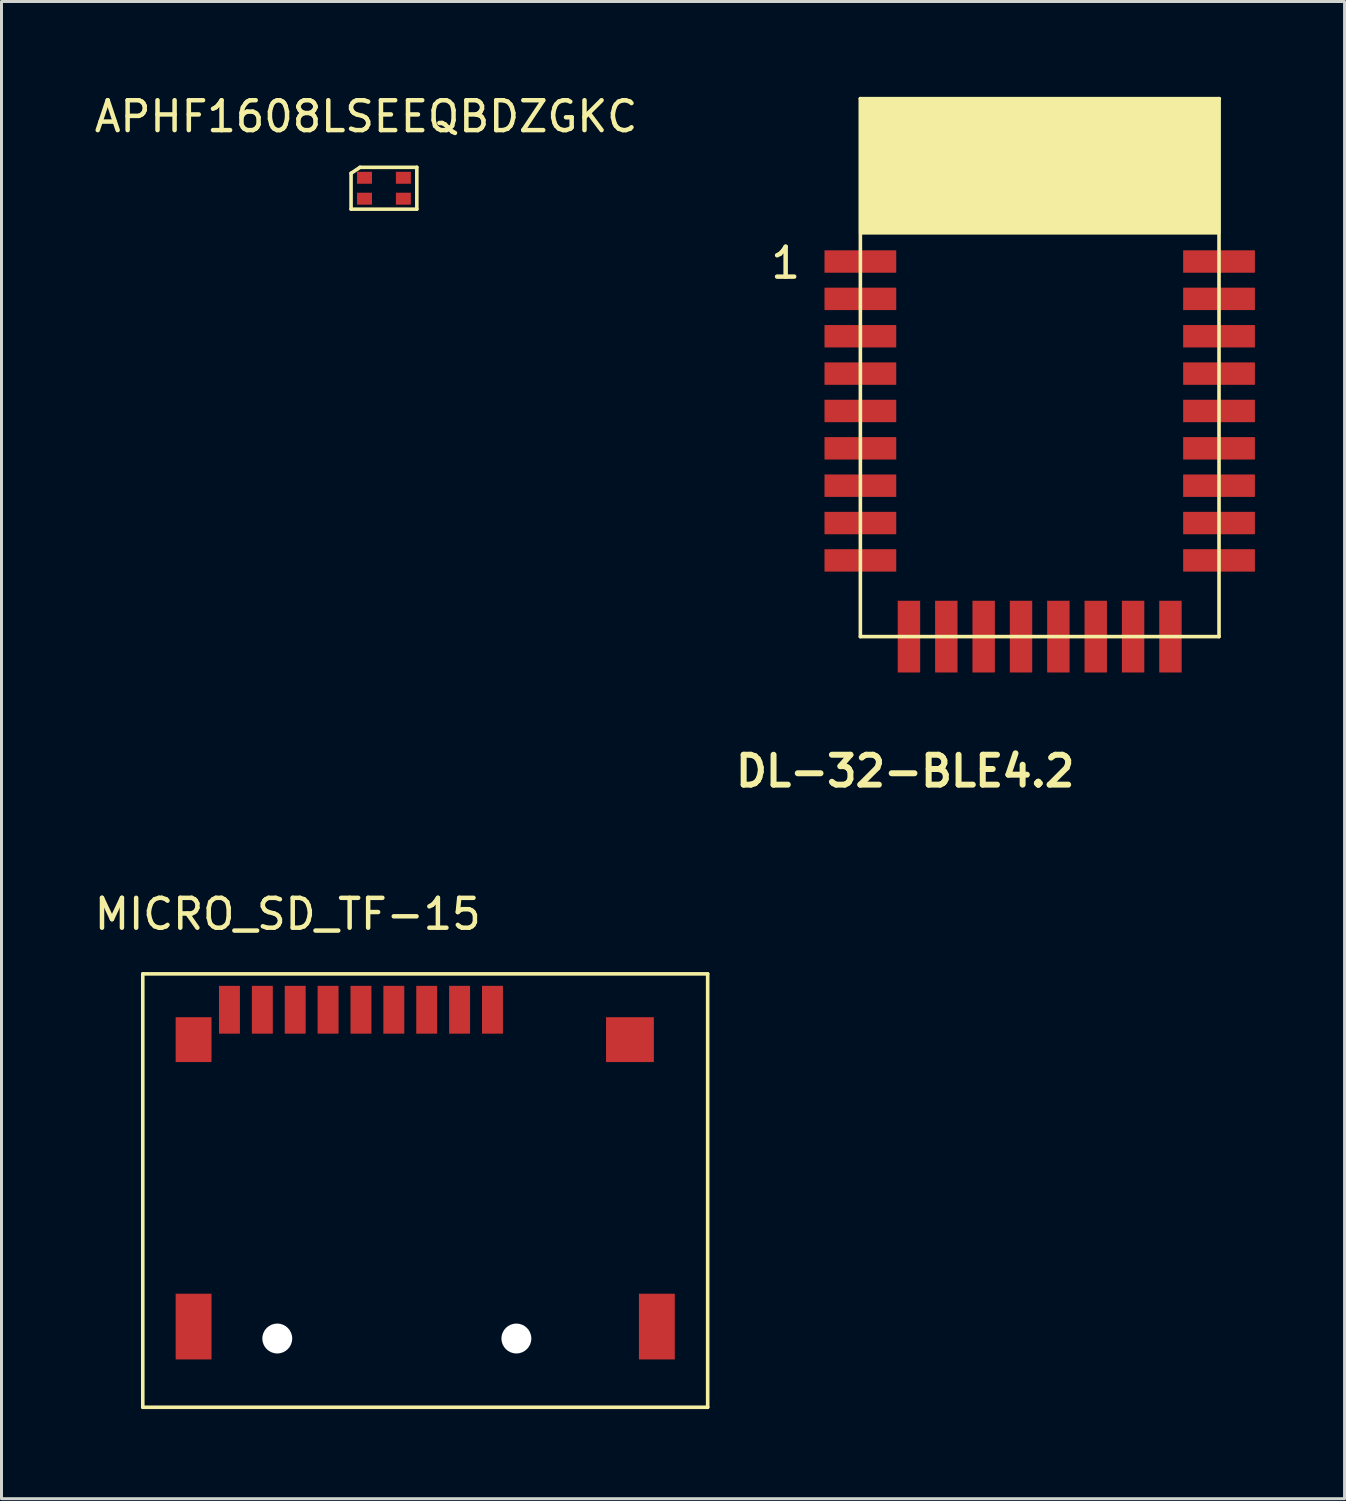
<source format=kicad_pcb>
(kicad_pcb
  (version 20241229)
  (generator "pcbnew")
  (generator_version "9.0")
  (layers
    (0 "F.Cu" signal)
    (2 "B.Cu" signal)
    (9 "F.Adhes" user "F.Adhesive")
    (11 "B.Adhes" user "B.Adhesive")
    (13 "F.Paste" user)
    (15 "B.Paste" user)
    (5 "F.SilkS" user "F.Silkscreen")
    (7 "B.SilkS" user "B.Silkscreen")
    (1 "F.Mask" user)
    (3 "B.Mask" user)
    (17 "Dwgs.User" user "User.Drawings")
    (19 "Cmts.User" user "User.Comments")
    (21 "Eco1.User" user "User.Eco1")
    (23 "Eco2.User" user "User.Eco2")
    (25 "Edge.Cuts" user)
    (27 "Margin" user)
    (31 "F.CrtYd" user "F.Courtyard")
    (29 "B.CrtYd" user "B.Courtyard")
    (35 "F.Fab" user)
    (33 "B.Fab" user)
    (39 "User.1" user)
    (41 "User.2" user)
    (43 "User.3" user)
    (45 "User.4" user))
  (footprint "MICRO_SD_TF-15"
    (layer "F.Cu")
    (at 11.177 41.734)
    (property "Reference" "MICRO_SD_TF-15" (at -4.6 -14.2 0) (layer "F.SilkS") (effects (font (size 1 1) (thickness 0.15))))
    (attr through_hole)
    (fp_line (start -9.45 -12.2) (end 9.45 -12.2) (stroke (width 0.12) (type solid)) (layer "F.SilkS"))
    (fp_line (start -9.45 2.3) (end -9.45 -12.2) (stroke (width 0.12) (type solid)) (layer "F.SilkS"))
    (fp_line (start 9.45 -12.2) (end 9.45 2.3) (stroke (width 0.12) (type solid)) (layer "F.SilkS"))
    (fp_line (start 9.45 2.3) (end -9.45 2.3) (stroke (width 0.12) (type solid)) (layer "F.SilkS"))
    (pad "" np_thru_hole circle (at -4.95 0) (size 1 1) (drill 1) (layers "*.Cu" "*.Mask"))
    (pad "" np_thru_hole circle (at 3.05 0) (size 1 1) (drill 1) (layers "*.Cu" "*.Mask"))
    (pad "1" smd rect (at 2.25 -11) (size 0.7 1.6) (layers "F.Cu" "F.Mask" "F.Paste"))
    (pad "2" smd rect (at 1.15 -11) (size 0.7 1.6) (layers "F.Cu" "F.Mask" "F.Paste"))
    (pad "3" smd rect (at 0.05 -11) (size 0.7 1.6) (layers "F.Cu" "F.Mask" "F.Paste"))
    (pad "4" smd rect (at -1.05 -11) (size 0.7 1.6) (layers "F.Cu" "F.Mask" "F.Paste"))
    (pad "5" smd rect (at -2.15 -11) (size 0.7 1.6) (layers "F.Cu" "F.Mask" "F.Paste"))
    (pad "6" smd rect (at -7.75 -10) (size 1.2 1.5) (layers "F.Cu" "F.Mask" "F.Paste"))
    (pad "6" smd rect (at -7.75 -0.4) (size 1.2 2.2) (layers "F.Cu" "F.Mask" "F.Paste"))
    (pad "6" smd rect (at -3.25 -11) (size 0.7 1.6) (layers "F.Cu" "F.Mask" "F.Paste"))
    (pad "6" smd rect (at 6.85 -10) (size 1.6 1.5) (layers "F.Cu" "F.Mask" "F.Paste"))
    (pad "6" smd rect (at 7.75 -0.4) (size 1.2 2.2) (layers "F.Cu" "F.Mask" "F.Paste"))
    (pad "7" smd rect (at -4.35 -11) (size 0.7 1.6) (layers "F.Cu" "F.Mask" "F.Paste"))
    (pad "8" smd rect (at -5.45 -11) (size 0.7 1.6) (layers "F.Cu" "F.Mask" "F.Paste"))
    (pad "9" smd rect (at -6.55 -11) (size 0.7 1.6) (layers "F.Cu" "F.Mask" "F.Paste")))
  (footprint "DL-32-BLE4.2"
    (layer "F.Cu")
    (at 25.736 0.25)
    (property "Reference" "DL-32-BLE4.2" (at 1.5 22.5 0) (layer "F.SilkS") (effects (font (size 1 1) (thickness 0.2))))
    (attr smd)
    (fp_line (start 0 0) (end 0 18) (stroke (width 0.12) (type solid)) (layer "F.SilkS"))
    (fp_line (start 0 0) (end 12.01 0) (stroke (width 0.12) (type solid)) (layer "F.SilkS"))
    (fp_line (start 0 18) (end 12 18) (stroke (width 0.12) (type solid)) (layer "F.SilkS"))
    (fp_line (start 12 18) (end 12 0) (stroke (width 0.12) (type solid)) (layer "F.SilkS"))
    (fp_poly (pts (xy 12 4.5) (xy 0 4.5) (xy 0 0) (xy 12 0)) (stroke (width 0.1) (type solid)) (fill yes) (layer "F.SilkS"))
    (fp_text user "1" (at -2.5 5.5 0) (layer "F.SilkS") (effects (font (size 1 1) (thickness 0.15))))
    (pad "1" smd rect (at 0 5.45 90) (size 0.75 2.4) (layers "F.Cu" "F.Mask" "F.Paste"))
    (pad "2" smd rect (at 0 6.7 90) (size 0.75 2.4) (layers "F.Cu" "F.Mask" "F.Paste"))
    (pad "3" smd rect (at 0 7.95 90) (size 0.75 2.4) (layers "F.Cu" "F.Mask" "F.Paste"))
    (pad "4" smd rect (at 0 9.2 90) (size 0.75 2.4) (layers "F.Cu" "F.Mask" "F.Paste"))
    (pad "5" smd rect (at 0 10.45 90) (size 0.75 2.4) (layers "F.Cu" "F.Mask" "F.Paste"))
    (pad "6" smd rect (at 0 11.7 90) (size 0.75 2.4) (layers "F.Cu" "F.Mask" "F.Paste"))
    (pad "7" smd rect (at 0 12.95 90) (size 0.75 2.4) (layers "F.Cu" "F.Mask" "F.Paste"))
    (pad "8" smd rect (at 0 14.2 90) (size 0.75 2.4) (layers "F.Cu" "F.Mask" "F.Paste"))
    (pad "9" smd rect (at 0 15.45 90) (size 0.75 2.4) (layers "F.Cu" "F.Mask" "F.Paste"))
    (pad "10" smd rect (at 1.625 18 180) (size 0.75 2.4) (layers "F.Cu" "F.Mask" "F.Paste"))
    (pad "11" smd rect (at 2.875 18 180) (size 0.75 2.4) (layers "F.Cu" "F.Mask" "F.Paste"))
    (pad "12" smd rect (at 4.125 18 180) (size 0.75 2.4) (layers "F.Cu" "F.Mask" "F.Paste"))
    (pad "13" smd rect (at 5.375 18 180) (size 0.75 2.4) (layers "F.Cu" "F.Mask" "F.Paste"))
    (pad "14" smd rect (at 6.625 18 180) (size 0.75 2.4) (layers "F.Cu" "F.Mask" "F.Paste"))
    (pad "15" smd rect (at 7.875 18 180) (size 0.75 2.4) (layers "F.Cu" "F.Mask" "F.Paste"))
    (pad "16" smd rect (at 9.125 18 180) (size 0.75 2.4) (layers "F.Cu" "F.Mask" "F.Paste"))
    (pad "17" smd rect (at 10.375 18 180) (size 0.75 2.4) (layers "F.Cu" "F.Mask" "F.Paste"))
    (pad "18" smd rect (at 12 15.45 270) (size 0.75 2.4) (layers "F.Cu" "F.Mask" "F.Paste"))
    (pad "19" smd rect (at 12 14.2 270) (size 0.75 2.4) (layers "F.Cu" "F.Mask" "F.Paste"))
    (pad "20" smd rect (at 12 12.95 270) (size 0.75 2.4) (layers "F.Cu" "F.Mask" "F.Paste"))
    (pad "21" smd rect (at 12 11.7 270) (size 0.75 2.4) (layers "F.Cu" "F.Mask" "F.Paste"))
    (pad "22" smd rect (at 12 10.45 270) (size 0.75 2.4) (layers "F.Cu" "F.Mask" "F.Paste"))
    (pad "23" smd rect (at 12 9.2 270) (size 0.75 2.4) (layers "F.Cu" "F.Mask" "F.Paste"))
    (pad "24" smd rect (at 12 7.95 270) (size 0.75 2.4) (layers "F.Cu" "F.Mask" "F.Paste"))
    (pad "25" smd rect (at 12 6.7 270) (size 0.75 2.4) (layers "F.Cu" "F.Mask" "F.Paste"))
    (pad "26" smd rect (at 12 5.45 270) (size 0.75 2.4) (layers "F.Cu" "F.Mask" "F.Paste")))
  (footprint "APHF1608LSEEQBDZGKC"
    (layer "F.Cu")
    (at 9.796 3.248)
    (property "Reference" "APHF1608LSEEQBDZGKC" (at -0.6 -2.4 0) (layer "F.SilkS") (effects (font (size 1 1) (thickness 0.15))))
    (attr through_hole)
    (fp_line (start -1.1 -0.5) (end -1.1 0.7) (stroke (width 0.12) (type solid)) (layer "F.SilkS"))
    (fp_line (start -1.1 -0.5) (end -0.8 -0.7) (stroke (width 0.12) (type solid)) (layer "F.SilkS"))
    (fp_line (start -1.1 0.7) (end 1.1 0.7) (stroke (width 0.12) (type solid)) (layer "F.SilkS"))
    (fp_line (start -0.8 -0.7) (end 1.1 -0.7) (stroke (width 0.12) (type solid)) (layer "F.SilkS"))
    (fp_line (start 1.1 0.7) (end 1.1 -0.7) (stroke (width 0.12) (type solid)) (layer "F.SilkS"))
    (pad "1" smd rect (at -0.65 -0.35) (size 0.5 0.4) (layers "F.Cu" "F.Mask" "F.Paste"))
    (pad "2" smd rect (at -0.65 0.35) (size 0.5 0.4) (layers "F.Cu" "F.Mask" "F.Paste"))
    (pad "3" smd rect (at 0.65 0.35) (size 0.5 0.4) (layers "F.Cu" "F.Mask" "F.Paste"))
    (pad "4" smd rect (at 0.65 -0.35) (size 0.5 0.4) (layers "F.Cu" "F.Mask" "F.Paste")))
  (gr_rect
    (start -3 -3)
    (end 41.936 47.094)
    (stroke (width 0.1) (type default))
    (fill no)
    (layer "Edge.Cuts")))
</source>
